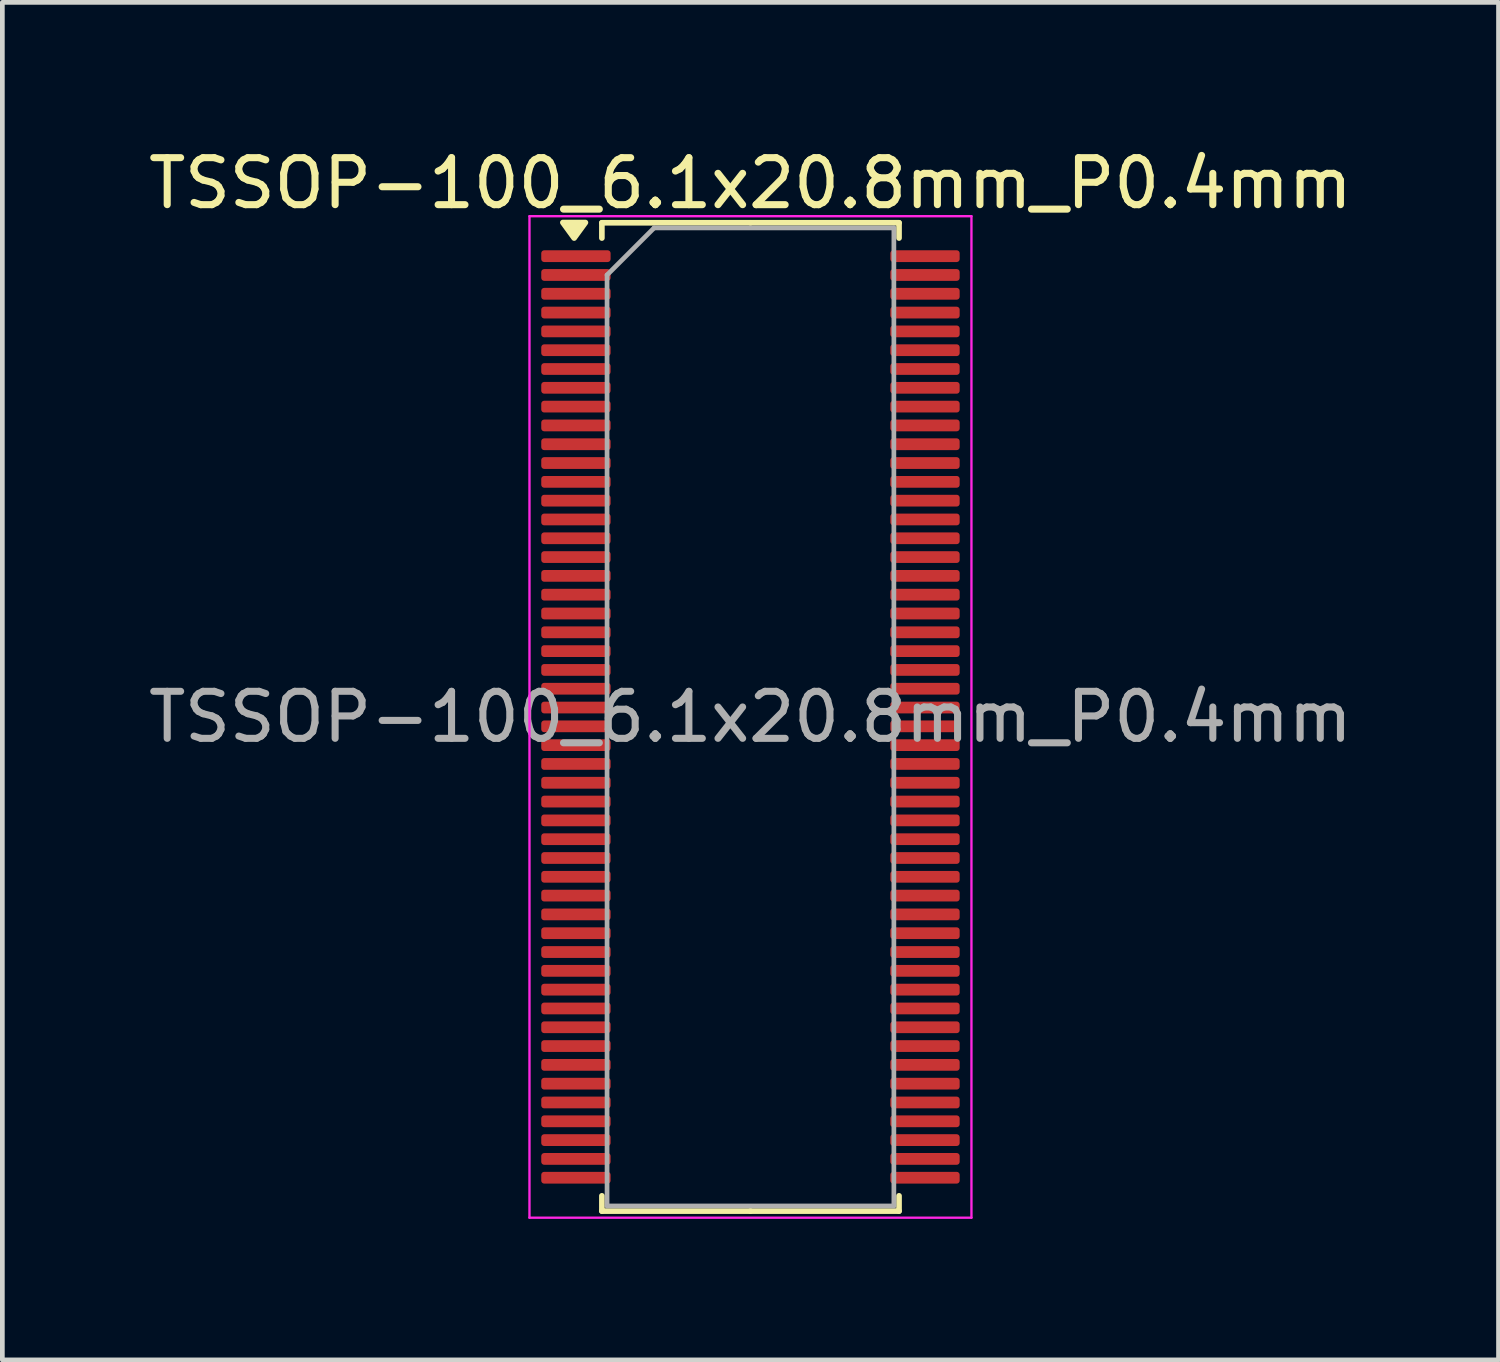
<source format=kicad_pcb>
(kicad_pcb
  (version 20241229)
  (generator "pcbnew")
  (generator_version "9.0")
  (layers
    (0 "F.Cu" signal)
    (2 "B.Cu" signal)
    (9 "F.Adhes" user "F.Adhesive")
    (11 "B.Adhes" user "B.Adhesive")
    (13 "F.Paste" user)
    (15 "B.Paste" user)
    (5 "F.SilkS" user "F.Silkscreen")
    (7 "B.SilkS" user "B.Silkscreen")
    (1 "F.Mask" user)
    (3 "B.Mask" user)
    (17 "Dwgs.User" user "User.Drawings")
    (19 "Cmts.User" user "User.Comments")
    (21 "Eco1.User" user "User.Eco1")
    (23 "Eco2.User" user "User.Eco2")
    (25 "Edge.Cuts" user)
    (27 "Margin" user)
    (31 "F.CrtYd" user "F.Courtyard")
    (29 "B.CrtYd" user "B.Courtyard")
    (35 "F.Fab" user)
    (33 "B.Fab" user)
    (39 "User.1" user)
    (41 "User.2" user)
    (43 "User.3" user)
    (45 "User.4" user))
  (footprint "TSSOP-100_6.1x20.8mm_P0.4mm"
    (layer "F.Cu")
    (at 12.911 12.198)
    (property "Reference" "TSSOP-100_6.1x20.8mm_P0.4mm" (at 0 -11.35 0) (layer "F.SilkS") (effects (font (size 1 1) (thickness 0.15))))
    (attr smd)
    (fp_line (start -3.16 -10.51) (end -3.16 -10.185) (stroke (width 0.12) (type solid)) (layer "F.SilkS"))
    (fp_line (start -3.16 10.51) (end -3.16 10.185) (stroke (width 0.12) (type solid)) (layer "F.SilkS"))
    (fp_line (start 0 -10.51) (end -3.16 -10.51) (stroke (width 0.12) (type solid)) (layer "F.SilkS"))
    (fp_line (start 0 -10.51) (end 3.16 -10.51) (stroke (width 0.12) (type solid)) (layer "F.SilkS"))
    (fp_line (start 0 10.51) (end -3.16 10.51) (stroke (width 0.12) (type solid)) (layer "F.SilkS"))
    (fp_line (start 0 10.51) (end 3.16 10.51) (stroke (width 0.12) (type solid)) (layer "F.SilkS"))
    (fp_line (start 3.16 -10.51) (end 3.16 -10.185) (stroke (width 0.12) (type solid)) (layer "F.SilkS"))
    (fp_line (start 3.16 10.51) (end 3.16 10.185) (stroke (width 0.12) (type solid)) (layer "F.SilkS"))
    (fp_poly (pts (xy -3.75 -10.185) (xy -3.99 -10.515) (xy -3.51 -10.515) (xy -3.75 -10.185)) (stroke (width 0.12) (type solid)) (fill yes) (layer "F.SilkS"))
    (fp_line (start -4.7 -10.65) (end -4.7 10.65) (stroke (width 0.05) (type solid)) (layer "F.CrtYd"))
    (fp_line (start -4.7 10.65) (end 4.7 10.65) (stroke (width 0.05) (type solid)) (layer "F.CrtYd"))
    (fp_line (start 4.7 -10.65) (end -4.7 -10.65) (stroke (width 0.05) (type solid)) (layer "F.CrtYd"))
    (fp_line (start 4.7 10.65) (end 4.7 -10.65) (stroke (width 0.05) (type solid)) (layer "F.CrtYd"))
    (fp_line (start -3.05 -9.4) (end -2.05 -10.4) (stroke (width 0.1) (type solid)) (layer "F.Fab"))
    (fp_line (start -3.05 10.4) (end -3.05 -9.4) (stroke (width 0.1) (type solid)) (layer "F.Fab"))
    (fp_line (start -2.05 -10.4) (end 3.05 -10.4) (stroke (width 0.1) (type solid)) (layer "F.Fab"))
    (fp_line (start 3.05 -10.4) (end 3.05 10.4) (stroke (width 0.1) (type solid)) (layer "F.Fab"))
    (fp_line (start 3.05 10.4) (end -3.05 10.4) (stroke (width 0.1) (type solid)) (layer "F.Fab"))
    (fp_text user "${REFERENCE}" (at 0 0 0) (layer "F.Fab") (effects (font (size 1 1) (thickness 0.15))))
    (pad "1" smd roundrect (at -3.712 -9.8) (size 1.475 0.25) (layers "F.Cu" "F.Mask" "F.Paste") (roundrect_rratio 0.25))
    (pad "2" smd roundrect (at -3.712 -9.4) (size 1.475 0.25) (layers "F.Cu" "F.Mask" "F.Paste") (roundrect_rratio 0.25))
    (pad "3" smd roundrect (at -3.712 -9) (size 1.475 0.25) (layers "F.Cu" "F.Mask" "F.Paste") (roundrect_rratio 0.25))
    (pad "4" smd roundrect (at -3.712 -8.6) (size 1.475 0.25) (layers "F.Cu" "F.Mask" "F.Paste") (roundrect_rratio 0.25))
    (pad "5" smd roundrect (at -3.712 -8.2) (size 1.475 0.25) (layers "F.Cu" "F.Mask" "F.Paste") (roundrect_rratio 0.25))
    (pad "6" smd roundrect (at -3.712 -7.8) (size 1.475 0.25) (layers "F.Cu" "F.Mask" "F.Paste") (roundrect_rratio 0.25))
    (pad "7" smd roundrect (at -3.712 -7.4) (size 1.475 0.25) (layers "F.Cu" "F.Mask" "F.Paste") (roundrect_rratio 0.25))
    (pad "8" smd roundrect (at -3.712 -7) (size 1.475 0.25) (layers "F.Cu" "F.Mask" "F.Paste") (roundrect_rratio 0.25))
    (pad "9" smd roundrect (at -3.712 -6.6) (size 1.475 0.25) (layers "F.Cu" "F.Mask" "F.Paste") (roundrect_rratio 0.25))
    (pad "10" smd roundrect (at -3.712 -6.2) (size 1.475 0.25) (layers "F.Cu" "F.Mask" "F.Paste") (roundrect_rratio 0.25))
    (pad "11" smd roundrect (at -3.712 -5.8) (size 1.475 0.25) (layers "F.Cu" "F.Mask" "F.Paste") (roundrect_rratio 0.25))
    (pad "12" smd roundrect (at -3.712 -5.4) (size 1.475 0.25) (layers "F.Cu" "F.Mask" "F.Paste") (roundrect_rratio 0.25))
    (pad "13" smd roundrect (at -3.712 -5) (size 1.475 0.25) (layers "F.Cu" "F.Mask" "F.Paste") (roundrect_rratio 0.25))
    (pad "14" smd roundrect (at -3.712 -4.6) (size 1.475 0.25) (layers "F.Cu" "F.Mask" "F.Paste") (roundrect_rratio 0.25))
    (pad "15" smd roundrect (at -3.712 -4.2) (size 1.475 0.25) (layers "F.Cu" "F.Mask" "F.Paste") (roundrect_rratio 0.25))
    (pad "16" smd roundrect (at -3.712 -3.8) (size 1.475 0.25) (layers "F.Cu" "F.Mask" "F.Paste") (roundrect_rratio 0.25))
    (pad "17" smd roundrect (at -3.712 -3.4) (size 1.475 0.25) (layers "F.Cu" "F.Mask" "F.Paste") (roundrect_rratio 0.25))
    (pad "18" smd roundrect (at -3.712 -3) (size 1.475 0.25) (layers "F.Cu" "F.Mask" "F.Paste") (roundrect_rratio 0.25))
    (pad "19" smd roundrect (at -3.712 -2.6) (size 1.475 0.25) (layers "F.Cu" "F.Mask" "F.Paste") (roundrect_rratio 0.25))
    (pad "20" smd roundrect (at -3.712 -2.2) (size 1.475 0.25) (layers "F.Cu" "F.Mask" "F.Paste") (roundrect_rratio 0.25))
    (pad "21" smd roundrect (at -3.712 -1.8) (size 1.475 0.25) (layers "F.Cu" "F.Mask" "F.Paste") (roundrect_rratio 0.25))
    (pad "22" smd roundrect (at -3.712 -1.4) (size 1.475 0.25) (layers "F.Cu" "F.Mask" "F.Paste") (roundrect_rratio 0.25))
    (pad "23" smd roundrect (at -3.712 -1) (size 1.475 0.25) (layers "F.Cu" "F.Mask" "F.Paste") (roundrect_rratio 0.25))
    (pad "24" smd roundrect (at -3.712 -0.6) (size 1.475 0.25) (layers "F.Cu" "F.Mask" "F.Paste") (roundrect_rratio 0.25))
    (pad "25" smd roundrect (at -3.712 -0.2) (size 1.475 0.25) (layers "F.Cu" "F.Mask" "F.Paste") (roundrect_rratio 0.25))
    (pad "26" smd roundrect (at -3.712 0.2) (size 1.475 0.25) (layers "F.Cu" "F.Mask" "F.Paste") (roundrect_rratio 0.25))
    (pad "27" smd roundrect (at -3.712 0.6) (size 1.475 0.25) (layers "F.Cu" "F.Mask" "F.Paste") (roundrect_rratio 0.25))
    (pad "28" smd roundrect (at -3.712 1) (size 1.475 0.25) (layers "F.Cu" "F.Mask" "F.Paste") (roundrect_rratio 0.25))
    (pad "29" smd roundrect (at -3.712 1.4) (size 1.475 0.25) (layers "F.Cu" "F.Mask" "F.Paste") (roundrect_rratio 0.25))
    (pad "30" smd roundrect (at -3.712 1.8) (size 1.475 0.25) (layers "F.Cu" "F.Mask" "F.Paste") (roundrect_rratio 0.25))
    (pad "31" smd roundrect (at -3.712 2.2) (size 1.475 0.25) (layers "F.Cu" "F.Mask" "F.Paste") (roundrect_rratio 0.25))
    (pad "32" smd roundrect (at -3.712 2.6) (size 1.475 0.25) (layers "F.Cu" "F.Mask" "F.Paste") (roundrect_rratio 0.25))
    (pad "33" smd roundrect (at -3.712 3) (size 1.475 0.25) (layers "F.Cu" "F.Mask" "F.Paste") (roundrect_rratio 0.25))
    (pad "34" smd roundrect (at -3.712 3.4) (size 1.475 0.25) (layers "F.Cu" "F.Mask" "F.Paste") (roundrect_rratio 0.25))
    (pad "35" smd roundrect (at -3.712 3.8) (size 1.475 0.25) (layers "F.Cu" "F.Mask" "F.Paste") (roundrect_rratio 0.25))
    (pad "36" smd roundrect (at -3.712 4.2) (size 1.475 0.25) (layers "F.Cu" "F.Mask" "F.Paste") (roundrect_rratio 0.25))
    (pad "37" smd roundrect (at -3.712 4.6) (size 1.475 0.25) (layers "F.Cu" "F.Mask" "F.Paste") (roundrect_rratio 0.25))
    (pad "38" smd roundrect (at -3.712 5) (size 1.475 0.25) (layers "F.Cu" "F.Mask" "F.Paste") (roundrect_rratio 0.25))
    (pad "39" smd roundrect (at -3.712 5.4) (size 1.475 0.25) (layers "F.Cu" "F.Mask" "F.Paste") (roundrect_rratio 0.25))
    (pad "40" smd roundrect (at -3.712 5.8) (size 1.475 0.25) (layers "F.Cu" "F.Mask" "F.Paste") (roundrect_rratio 0.25))
    (pad "41" smd roundrect (at -3.712 6.2) (size 1.475 0.25) (layers "F.Cu" "F.Mask" "F.Paste") (roundrect_rratio 0.25))
    (pad "42" smd roundrect (at -3.712 6.6) (size 1.475 0.25) (layers "F.Cu" "F.Mask" "F.Paste") (roundrect_rratio 0.25))
    (pad "43" smd roundrect (at -3.712 7) (size 1.475 0.25) (layers "F.Cu" "F.Mask" "F.Paste") (roundrect_rratio 0.25))
    (pad "44" smd roundrect (at -3.712 7.4) (size 1.475 0.25) (layers "F.Cu" "F.Mask" "F.Paste") (roundrect_rratio 0.25))
    (pad "45" smd roundrect (at -3.712 7.8) (size 1.475 0.25) (layers "F.Cu" "F.Mask" "F.Paste") (roundrect_rratio 0.25))
    (pad "46" smd roundrect (at -3.712 8.2) (size 1.475 0.25) (layers "F.Cu" "F.Mask" "F.Paste") (roundrect_rratio 0.25))
    (pad "47" smd roundrect (at -3.712 8.6) (size 1.475 0.25) (layers "F.Cu" "F.Mask" "F.Paste") (roundrect_rratio 0.25))
    (pad "48" smd roundrect (at -3.712 9) (size 1.475 0.25) (layers "F.Cu" "F.Mask" "F.Paste") (roundrect_rratio 0.25))
    (pad "49" smd roundrect (at -3.712 9.4) (size 1.475 0.25) (layers "F.Cu" "F.Mask" "F.Paste") (roundrect_rratio 0.25))
    (pad "50" smd roundrect (at -3.712 9.8) (size 1.475 0.25) (layers "F.Cu" "F.Mask" "F.Paste") (roundrect_rratio 0.25))
    (pad "51" smd roundrect (at 3.712 9.8) (size 1.475 0.25) (layers "F.Cu" "F.Mask" "F.Paste") (roundrect_rratio 0.25))
    (pad "52" smd roundrect (at 3.712 9.4) (size 1.475 0.25) (layers "F.Cu" "F.Mask" "F.Paste") (roundrect_rratio 0.25))
    (pad "53" smd roundrect (at 3.712 9) (size 1.475 0.25) (layers "F.Cu" "F.Mask" "F.Paste") (roundrect_rratio 0.25))
    (pad "54" smd roundrect (at 3.712 8.6) (size 1.475 0.25) (layers "F.Cu" "F.Mask" "F.Paste") (roundrect_rratio 0.25))
    (pad "55" smd roundrect (at 3.712 8.2) (size 1.475 0.25) (layers "F.Cu" "F.Mask" "F.Paste") (roundrect_rratio 0.25))
    (pad "56" smd roundrect (at 3.712 7.8) (size 1.475 0.25) (layers "F.Cu" "F.Mask" "F.Paste") (roundrect_rratio 0.25))
    (pad "57" smd roundrect (at 3.712 7.4) (size 1.475 0.25) (layers "F.Cu" "F.Mask" "F.Paste") (roundrect_rratio 0.25))
    (pad "58" smd roundrect (at 3.712 7) (size 1.475 0.25) (layers "F.Cu" "F.Mask" "F.Paste") (roundrect_rratio 0.25))
    (pad "59" smd roundrect (at 3.712 6.6) (size 1.475 0.25) (layers "F.Cu" "F.Mask" "F.Paste") (roundrect_rratio 0.25))
    (pad "60" smd roundrect (at 3.712 6.2) (size 1.475 0.25) (layers "F.Cu" "F.Mask" "F.Paste") (roundrect_rratio 0.25))
    (pad "61" smd roundrect (at 3.712 5.8) (size 1.475 0.25) (layers "F.Cu" "F.Mask" "F.Paste") (roundrect_rratio 0.25))
    (pad "62" smd roundrect (at 3.712 5.4) (size 1.475 0.25) (layers "F.Cu" "F.Mask" "F.Paste") (roundrect_rratio 0.25))
    (pad "63" smd roundrect (at 3.712 5) (size 1.475 0.25) (layers "F.Cu" "F.Mask" "F.Paste") (roundrect_rratio 0.25))
    (pad "64" smd roundrect (at 3.712 4.6) (size 1.475 0.25) (layers "F.Cu" "F.Mask" "F.Paste") (roundrect_rratio 0.25))
    (pad "65" smd roundrect (at 3.712 4.2) (size 1.475 0.25) (layers "F.Cu" "F.Mask" "F.Paste") (roundrect_rratio 0.25))
    (pad "66" smd roundrect (at 3.712 3.8) (size 1.475 0.25) (layers "F.Cu" "F.Mask" "F.Paste") (roundrect_rratio 0.25))
    (pad "67" smd roundrect (at 3.712 3.4) (size 1.475 0.25) (layers "F.Cu" "F.Mask" "F.Paste") (roundrect_rratio 0.25))
    (pad "68" smd roundrect (at 3.712 3) (size 1.475 0.25) (layers "F.Cu" "F.Mask" "F.Paste") (roundrect_rratio 0.25))
    (pad "69" smd roundrect (at 3.712 2.6) (size 1.475 0.25) (layers "F.Cu" "F.Mask" "F.Paste") (roundrect_rratio 0.25))
    (pad "70" smd roundrect (at 3.712 2.2) (size 1.475 0.25) (layers "F.Cu" "F.Mask" "F.Paste") (roundrect_rratio 0.25))
    (pad "71" smd roundrect (at 3.712 1.8) (size 1.475 0.25) (layers "F.Cu" "F.Mask" "F.Paste") (roundrect_rratio 0.25))
    (pad "72" smd roundrect (at 3.712 1.4) (size 1.475 0.25) (layers "F.Cu" "F.Mask" "F.Paste") (roundrect_rratio 0.25))
    (pad "73" smd roundrect (at 3.712 1) (size 1.475 0.25) (layers "F.Cu" "F.Mask" "F.Paste") (roundrect_rratio 0.25))
    (pad "74" smd roundrect (at 3.712 0.6) (size 1.475 0.25) (layers "F.Cu" "F.Mask" "F.Paste") (roundrect_rratio 0.25))
    (pad "75" smd roundrect (at 3.712 0.2) (size 1.475 0.25) (layers "F.Cu" "F.Mask" "F.Paste") (roundrect_rratio 0.25))
    (pad "76" smd roundrect (at 3.712 -0.2) (size 1.475 0.25) (layers "F.Cu" "F.Mask" "F.Paste") (roundrect_rratio 0.25))
    (pad "77" smd roundrect (at 3.712 -0.6) (size 1.475 0.25) (layers "F.Cu" "F.Mask" "F.Paste") (roundrect_rratio 0.25))
    (pad "78" smd roundrect (at 3.712 -1) (size 1.475 0.25) (layers "F.Cu" "F.Mask" "F.Paste") (roundrect_rratio 0.25))
    (pad "79" smd roundrect (at 3.712 -1.4) (size 1.475 0.25) (layers "F.Cu" "F.Mask" "F.Paste") (roundrect_rratio 0.25))
    (pad "80" smd roundrect (at 3.712 -1.8) (size 1.475 0.25) (layers "F.Cu" "F.Mask" "F.Paste") (roundrect_rratio 0.25))
    (pad "81" smd roundrect (at 3.712 -2.2) (size 1.475 0.25) (layers "F.Cu" "F.Mask" "F.Paste") (roundrect_rratio 0.25))
    (pad "82" smd roundrect (at 3.712 -2.6) (size 1.475 0.25) (layers "F.Cu" "F.Mask" "F.Paste") (roundrect_rratio 0.25))
    (pad "83" smd roundrect (at 3.712 -3) (size 1.475 0.25) (layers "F.Cu" "F.Mask" "F.Paste") (roundrect_rratio 0.25))
    (pad "84" smd roundrect (at 3.712 -3.4) (size 1.475 0.25) (layers "F.Cu" "F.Mask" "F.Paste") (roundrect_rratio 0.25))
    (pad "85" smd roundrect (at 3.712 -3.8) (size 1.475 0.25) (layers "F.Cu" "F.Mask" "F.Paste") (roundrect_rratio 0.25))
    (pad "86" smd roundrect (at 3.712 -4.2) (size 1.475 0.25) (layers "F.Cu" "F.Mask" "F.Paste") (roundrect_rratio 0.25))
    (pad "87" smd roundrect (at 3.712 -4.6) (size 1.475 0.25) (layers "F.Cu" "F.Mask" "F.Paste") (roundrect_rratio 0.25))
    (pad "88" smd roundrect (at 3.712 -5) (size 1.475 0.25) (layers "F.Cu" "F.Mask" "F.Paste") (roundrect_rratio 0.25))
    (pad "89" smd roundrect (at 3.712 -5.4) (size 1.475 0.25) (layers "F.Cu" "F.Mask" "F.Paste") (roundrect_rratio 0.25))
    (pad "90" smd roundrect (at 3.712 -5.8) (size 1.475 0.25) (layers "F.Cu" "F.Mask" "F.Paste") (roundrect_rratio 0.25))
    (pad "91" smd roundrect (at 3.712 -6.2) (size 1.475 0.25) (layers "F.Cu" "F.Mask" "F.Paste") (roundrect_rratio 0.25))
    (pad "92" smd roundrect (at 3.712 -6.6) (size 1.475 0.25) (layers "F.Cu" "F.Mask" "F.Paste") (roundrect_rratio 0.25))
    (pad "93" smd roundrect (at 3.712 -7) (size 1.475 0.25) (layers "F.Cu" "F.Mask" "F.Paste") (roundrect_rratio 0.25))
    (pad "94" smd roundrect (at 3.712 -7.4) (size 1.475 0.25) (layers "F.Cu" "F.Mask" "F.Paste") (roundrect_rratio 0.25))
    (pad "95" smd roundrect (at 3.712 -7.8) (size 1.475 0.25) (layers "F.Cu" "F.Mask" "F.Paste") (roundrect_rratio 0.25))
    (pad "96" smd roundrect (at 3.712 -8.2) (size 1.475 0.25) (layers "F.Cu" "F.Mask" "F.Paste") (roundrect_rratio 0.25))
    (pad "97" smd roundrect (at 3.712 -8.6) (size 1.475 0.25) (layers "F.Cu" "F.Mask" "F.Paste") (roundrect_rratio 0.25))
    (pad "98" smd roundrect (at 3.712 -9) (size 1.475 0.25) (layers "F.Cu" "F.Mask" "F.Paste") (roundrect_rratio 0.25))
    (pad "99" smd roundrect (at 3.712 -9.4) (size 1.475 0.25) (layers "F.Cu" "F.Mask" "F.Paste") (roundrect_rratio 0.25))
    (pad "100" smd roundrect (at 3.712 -9.8) (size 1.475 0.25) (layers "F.Cu" "F.Mask" "F.Paste") (roundrect_rratio 0.25)))
  (gr_rect
    (start -3 -3)
    (end 28.821 25.873)
    (stroke (width 0.1) (type default))
    (fill no)
    (layer "Edge.Cuts")))
</source>
